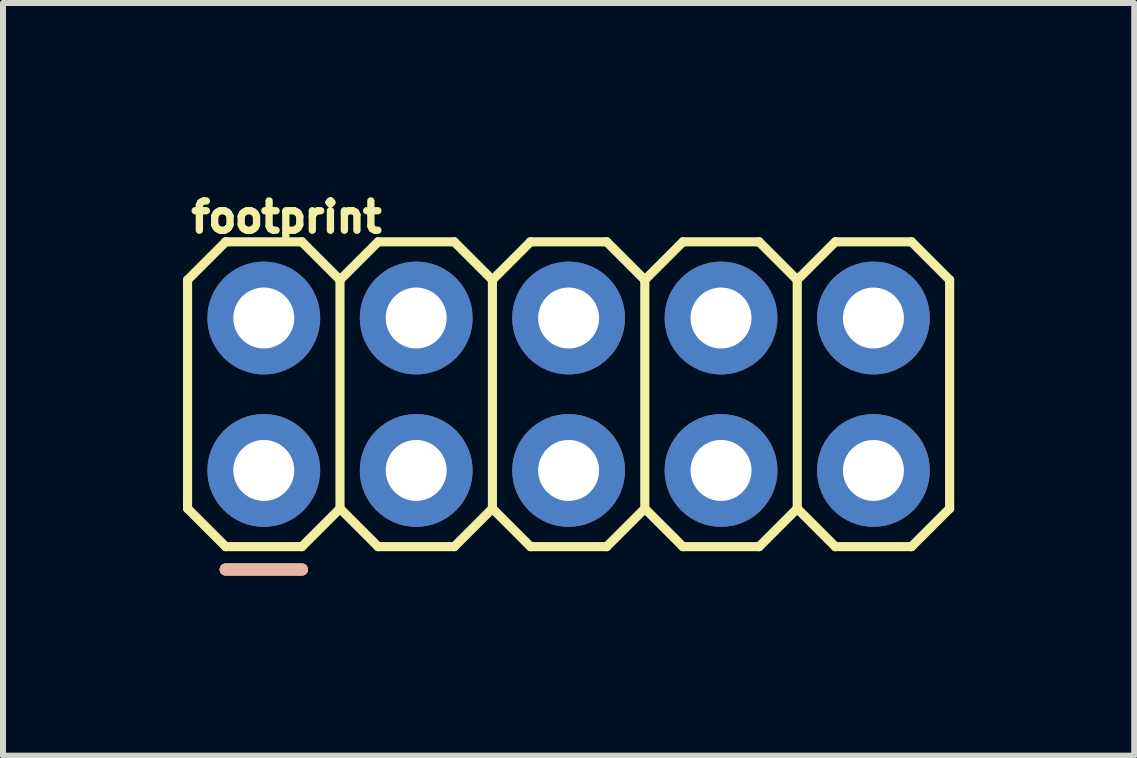
<source format=kicad_pcb>
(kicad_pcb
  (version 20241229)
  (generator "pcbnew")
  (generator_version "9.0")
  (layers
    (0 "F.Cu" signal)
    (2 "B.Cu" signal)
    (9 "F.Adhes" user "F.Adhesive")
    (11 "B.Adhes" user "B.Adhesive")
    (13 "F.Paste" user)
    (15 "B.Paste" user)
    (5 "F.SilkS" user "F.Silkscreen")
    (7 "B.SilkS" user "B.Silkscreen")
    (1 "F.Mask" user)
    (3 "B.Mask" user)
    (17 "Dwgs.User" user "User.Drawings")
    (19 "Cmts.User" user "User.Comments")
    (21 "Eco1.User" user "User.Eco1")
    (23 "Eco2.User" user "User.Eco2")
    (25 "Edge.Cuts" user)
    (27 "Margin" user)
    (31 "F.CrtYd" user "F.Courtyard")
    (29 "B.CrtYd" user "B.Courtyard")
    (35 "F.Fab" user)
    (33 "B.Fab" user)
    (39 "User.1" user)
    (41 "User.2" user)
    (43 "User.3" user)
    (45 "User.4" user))
  (footprint "footprint"
    (layer "F.Cu")
    (at 1.346 4.79)
    (property "Reference" "footprint" (at -1.27 -3.937 0) (layer "F.SilkS") (effects (font (size 0.488 0.488) (thickness 0.122)) (justify left bottom)))
    (fp_line (start -1.27 -3.175) (end -0.635 -3.81) (stroke (width 0.152) (type solid)) (layer "F.SilkS"))
    (fp_line (start -1.27 0.635) (end -1.27 -3.175) (stroke (width 0.152) (type solid)) (layer "F.SilkS"))
    (fp_line (start -1.27 0.635) (end -0.635 1.27) (stroke (width 0.152) (type solid)) (layer "F.SilkS"))
    (fp_line (start -0.635 -3.81) (end 0.635 -3.81) (stroke (width 0.152) (type solid)) (layer "F.SilkS"))
    (fp_line (start -0.635 1.27) (end 0.635 1.27) (stroke (width 0.152) (type solid)) (layer "F.SilkS"))
    (fp_line (start -0.635 1.651) (end 0.635 1.651) (stroke (width 0.203) (type solid)) (layer "F.SilkS"))
    (fp_line (start 0.635 -3.81) (end 1.27 -3.175) (stroke (width 0.152) (type solid)) (layer "F.SilkS"))
    (fp_line (start 0.635 1.27) (end 1.27 0.635) (stroke (width 0.152) (type solid)) (layer "F.SilkS"))
    (fp_line (start 1.27 -3.175) (end 1.27 0.635) (stroke (width 0.152) (type solid)) (layer "F.SilkS"))
    (fp_line (start 1.27 -3.175) (end 1.905 -3.81) (stroke (width 0.152) (type solid)) (layer "F.SilkS"))
    (fp_line (start 1.27 0.635) (end 1.905 1.27) (stroke (width 0.152) (type solid)) (layer "F.SilkS"))
    (fp_line (start 1.905 -3.81) (end 3.175 -3.81) (stroke (width 0.152) (type solid)) (layer "F.SilkS"))
    (fp_line (start 1.905 1.27) (end 3.175 1.27) (stroke (width 0.152) (type solid)) (layer "F.SilkS"))
    (fp_line (start 3.175 -3.81) (end 3.81 -3.175) (stroke (width 0.152) (type solid)) (layer "F.SilkS"))
    (fp_line (start 3.175 1.27) (end 3.81 0.635) (stroke (width 0.152) (type solid)) (layer "F.SilkS"))
    (fp_line (start 3.81 -3.175) (end 3.81 0.635) (stroke (width 0.152) (type solid)) (layer "F.SilkS"))
    (fp_line (start 3.81 -3.175) (end 4.445 -3.81) (stroke (width 0.152) (type solid)) (layer "F.SilkS"))
    (fp_line (start 3.81 0.635) (end 4.445 1.27) (stroke (width 0.152) (type solid)) (layer "F.SilkS"))
    (fp_line (start 4.445 -3.81) (end 5.715 -3.81) (stroke (width 0.152) (type solid)) (layer "F.SilkS"))
    (fp_line (start 4.445 1.27) (end 5.715 1.27) (stroke (width 0.152) (type solid)) (layer "F.SilkS"))
    (fp_line (start 5.715 -3.81) (end 6.35 -3.175) (stroke (width 0.152) (type solid)) (layer "F.SilkS"))
    (fp_line (start 5.715 1.27) (end 6.35 0.635) (stroke (width 0.152) (type solid)) (layer "F.SilkS"))
    (fp_line (start 6.35 -3.175) (end 6.35 0.635) (stroke (width 0.152) (type solid)) (layer "F.SilkS"))
    (fp_line (start 6.35 -3.175) (end 6.985 -3.81) (stroke (width 0.152) (type solid)) (layer "F.SilkS"))
    (fp_line (start 6.35 0.635) (end 6.985 1.27) (stroke (width 0.152) (type solid)) (layer "F.SilkS"))
    (fp_line (start 6.985 -3.81) (end 8.255 -3.81) (stroke (width 0.152) (type solid)) (layer "F.SilkS"))
    (fp_line (start 6.985 1.27) (end 8.255 1.27) (stroke (width 0.152) (type solid)) (layer "F.SilkS"))
    (fp_line (start 8.255 -3.81) (end 8.89 -3.175) (stroke (width 0.152) (type solid)) (layer "F.SilkS"))
    (fp_line (start 8.255 1.27) (end 8.89 0.635) (stroke (width 0.152) (type solid)) (layer "F.SilkS"))
    (fp_line (start 8.89 -3.175) (end 8.89 0.635) (stroke (width 0.152) (type solid)) (layer "F.SilkS"))
    (fp_line (start 8.89 -3.175) (end 9.525 -3.81) (stroke (width 0.152) (type solid)) (layer "F.SilkS"))
    (fp_line (start 8.89 0.635) (end 9.525 1.27) (stroke (width 0.152) (type solid)) (layer "F.SilkS"))
    (fp_line (start 9.525 -3.81) (end 10.795 -3.81) (stroke (width 0.152) (type solid)) (layer "F.SilkS"))
    (fp_line (start 9.525 1.27) (end 10.795 1.27) (stroke (width 0.152) (type solid)) (layer "F.SilkS"))
    (fp_line (start 10.795 -3.81) (end 11.43 -3.175) (stroke (width 0.152) (type solid)) (layer "F.SilkS"))
    (fp_line (start 10.795 1.27) (end 11.43 0.635) (stroke (width 0.152) (type solid)) (layer "F.SilkS"))
    (fp_line (start 11.43 -3.175) (end 11.43 0.635) (stroke (width 0.152) (type solid)) (layer "F.SilkS"))
    (fp_line (start -0.635 1.651) (end 0.635 1.651) (stroke (width 0.203) (type solid)) (layer "B.SilkS"))
    (fp_poly (pts (xy 0.254 -2.286) (xy 0.254 -2.794) (xy -0.254 -2.794) (xy -0.254 -2.286)) (stroke (width 0.1) (type solid)) (fill no) (layer "F.Fab"))
    (fp_poly (pts (xy 0.254 0.254) (xy 0.254 -0.254) (xy -0.254 -0.254) (xy -0.254 0.254)) (stroke (width 0.1) (type solid)) (fill no) (layer "F.Fab"))
    (fp_poly (pts (xy 2.794 -2.286) (xy 2.794 -2.794) (xy 2.286 -2.794) (xy 2.286 -2.286)) (stroke (width 0.1) (type solid)) (fill no) (layer "F.Fab"))
    (fp_poly (pts (xy 2.794 0.254) (xy 2.794 -0.254) (xy 2.286 -0.254) (xy 2.286 0.254)) (stroke (width 0.1) (type solid)) (fill no) (layer "F.Fab"))
    (fp_poly (pts (xy 5.334 -2.286) (xy 5.334 -2.794) (xy 4.826 -2.794) (xy 4.826 -2.286)) (stroke (width 0.1) (type solid)) (fill no) (layer "F.Fab"))
    (fp_poly (pts (xy 5.334 0.254) (xy 5.334 -0.254) (xy 4.826 -0.254) (xy 4.826 0.254)) (stroke (width 0.1) (type solid)) (fill no) (layer "F.Fab"))
    (fp_poly (pts (xy 7.874 -2.286) (xy 7.874 -2.794) (xy 7.366 -2.794) (xy 7.366 -2.286)) (stroke (width 0.1) (type solid)) (fill no) (layer "F.Fab"))
    (fp_poly (pts (xy 7.874 0.254) (xy 7.874 -0.254) (xy 7.366 -0.254) (xy 7.366 0.254)) (stroke (width 0.1) (type solid)) (fill no) (layer "F.Fab"))
    (fp_poly (pts (xy 10.414 -2.286) (xy 10.414 -2.794) (xy 9.906 -2.794) (xy 9.906 -2.286)) (stroke (width 0.1) (type solid)) (fill no) (layer "F.Fab"))
    (fp_poly (pts (xy 10.414 0.254) (xy 10.414 -0.254) (xy 9.906 -0.254) (xy 9.906 0.254)) (stroke (width 0.1) (type solid)) (fill no) (layer "F.Fab"))
    (pad "1" thru_hole circle (at 0 0) (size 1.88 1.88) (drill 1.016) (layers "*.Cu" "*.Mask"))
    (pad "2" thru_hole circle (at 0 -2.54) (size 1.88 1.88) (drill 1.016) (layers "*.Cu" "*.Mask"))
    (pad "3" thru_hole circle (at 2.54 0) (size 1.88 1.88) (drill 1.016) (layers "*.Cu" "*.Mask"))
    (pad "4" thru_hole circle (at 2.54 -2.54) (size 1.88 1.88) (drill 1.016) (layers "*.Cu" "*.Mask"))
    (pad "5" thru_hole circle (at 5.08 0) (size 1.88 1.88) (drill 1.016) (layers "*.Cu" "*.Mask"))
    (pad "6" thru_hole circle (at 5.08 -2.54) (size 1.88 1.88) (drill 1.016) (layers "*.Cu" "*.Mask"))
    (pad "7" thru_hole circle (at 7.62 0) (size 1.88 1.88) (drill 1.016) (layers "*.Cu" "*.Mask"))
    (pad "8" thru_hole circle (at 7.62 -2.54) (size 1.88 1.88) (drill 1.016) (layers "*.Cu" "*.Mask"))
    (pad "9" thru_hole circle (at 10.16 0) (size 1.88 1.88) (drill 1.016) (layers "*.Cu" "*.Mask"))
    (pad "10" thru_hole circle (at 10.16 -2.54) (size 1.88 1.88) (drill 1.016) (layers "*.Cu" "*.Mask")))
  (gr_rect
    (start -3 -3)
    (end 15.852 9.543)
    (stroke (width 0.1) (type default))
    (fill no)
    (layer "Edge.Cuts")))
</source>
